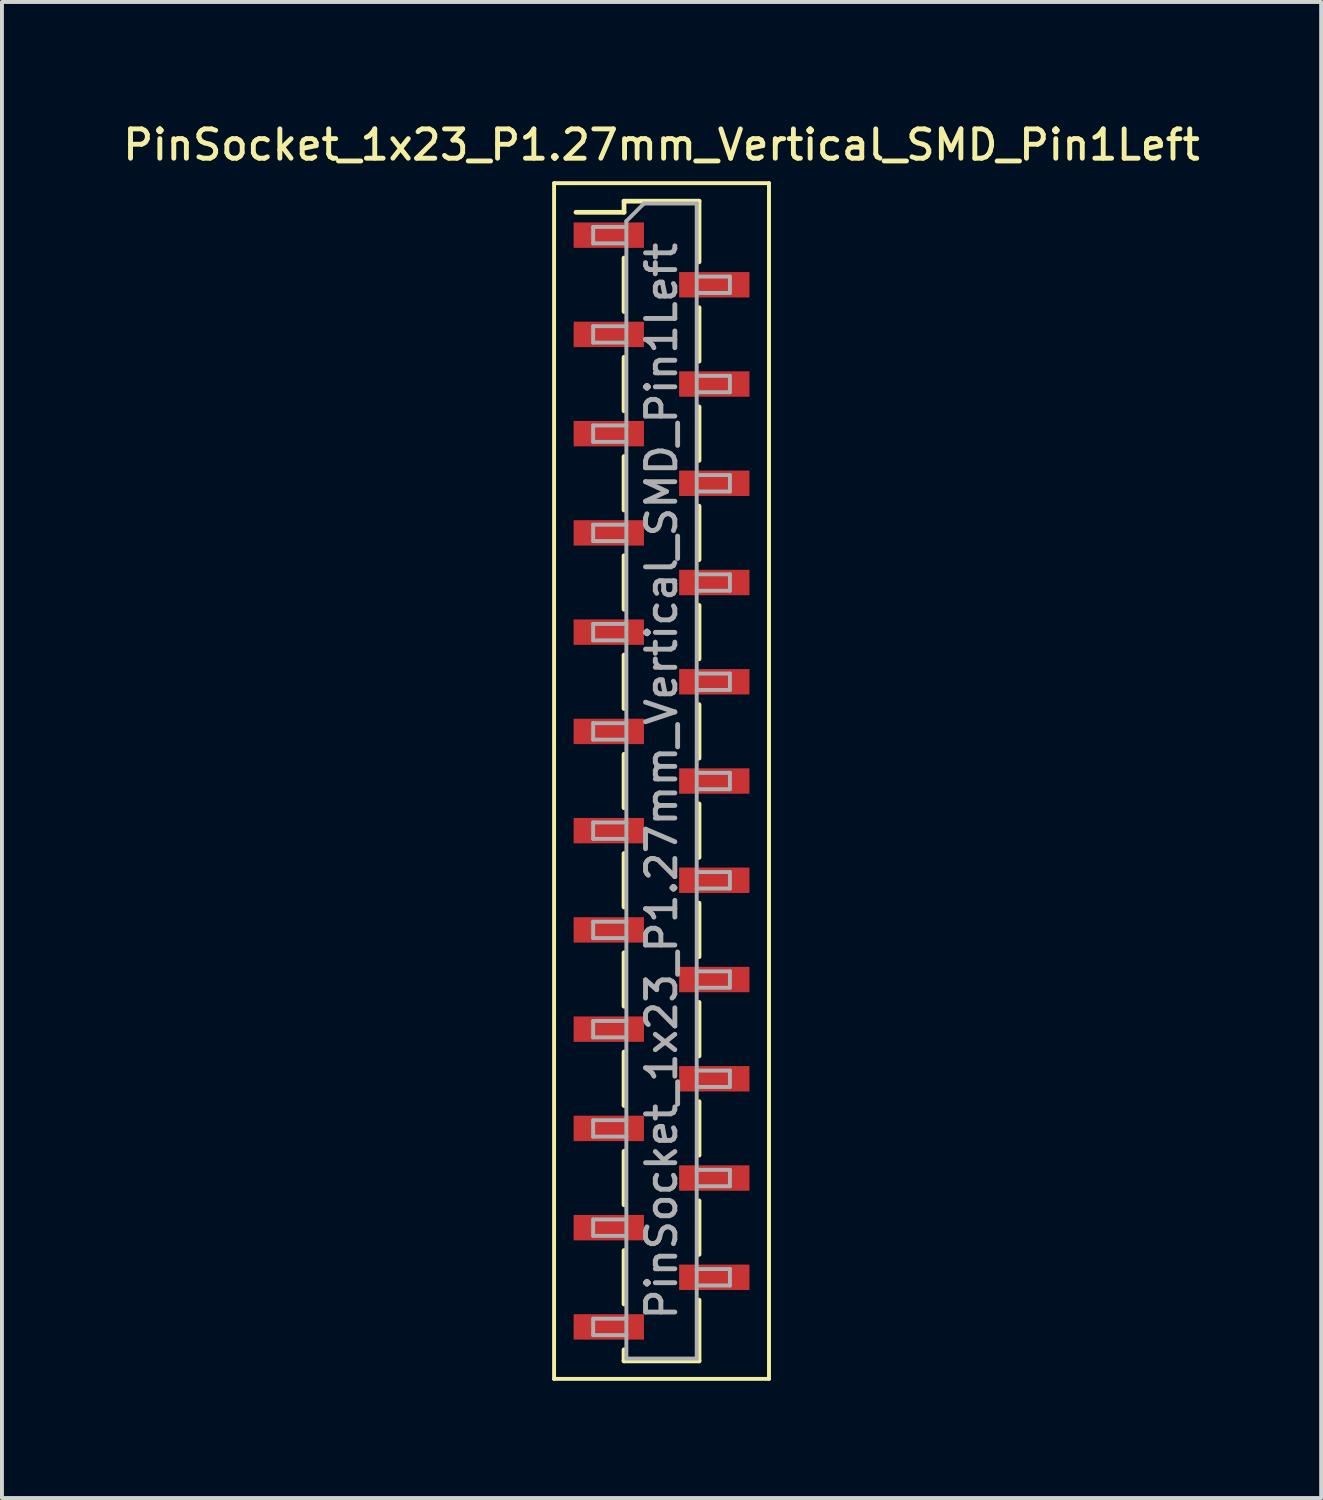
<source format=kicad_pcb>
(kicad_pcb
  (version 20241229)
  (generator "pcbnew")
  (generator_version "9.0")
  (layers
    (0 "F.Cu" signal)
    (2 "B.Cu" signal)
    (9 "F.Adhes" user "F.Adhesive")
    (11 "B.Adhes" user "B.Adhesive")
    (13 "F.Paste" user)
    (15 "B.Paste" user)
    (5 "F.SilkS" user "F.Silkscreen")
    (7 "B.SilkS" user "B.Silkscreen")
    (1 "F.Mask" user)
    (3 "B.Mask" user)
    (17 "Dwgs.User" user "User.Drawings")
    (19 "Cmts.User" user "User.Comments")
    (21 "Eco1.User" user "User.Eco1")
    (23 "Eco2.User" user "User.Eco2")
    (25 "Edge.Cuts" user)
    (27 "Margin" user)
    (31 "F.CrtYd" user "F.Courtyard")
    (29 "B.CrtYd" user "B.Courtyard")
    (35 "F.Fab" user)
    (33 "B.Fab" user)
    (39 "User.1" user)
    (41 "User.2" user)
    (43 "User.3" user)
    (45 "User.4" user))
  (footprint "PinSocket_1x23_P1.27mm_Vertical_SMD_Pin1Left"
    (layer "F.Cu")
    (at 13.88 16.938)
    (property "Reference" "PinSocket_1x23_P1.27mm_Vertical_SMD_Pin1Left" (at 0 -16.28 0) (layer "F.SilkS") (effects (font (size 0.75 0.75) (thickness 0.125))))
    (attr smd)
    (fp_line (start -2.75 -15.3) (end 2.75 -15.3) (stroke (width 0.1) (type solid)) (layer "F.SilkS"))
    (fp_line (start -2.75 15.3) (end -2.75 -15.3) (stroke (width 0.1) (type solid)) (layer "F.SilkS"))
    (fp_line (start -2.19 -14.555) (end -0.96 -14.555) (stroke (width 0.12) (type solid)) (layer "F.SilkS"))
    (fp_line (start -0.96 -14.84) (end -0.96 -14.555) (stroke (width 0.12) (type solid)) (layer "F.SilkS"))
    (fp_line (start -0.96 -14.84) (end 0.96 -14.84) (stroke (width 0.12) (type solid)) (layer "F.SilkS"))
    (fp_line (start -0.96 -13.385) (end -0.96 -12.015) (stroke (width 0.12) (type solid)) (layer "F.SilkS"))
    (fp_line (start -0.96 -10.845) (end -0.96 -9.475) (stroke (width 0.12) (type solid)) (layer "F.SilkS"))
    (fp_line (start -0.96 -8.305) (end -0.96 -6.935) (stroke (width 0.12) (type solid)) (layer "F.SilkS"))
    (fp_line (start -0.96 -5.765) (end -0.96 -4.395) (stroke (width 0.12) (type solid)) (layer "F.SilkS"))
    (fp_line (start -0.96 -3.225) (end -0.96 -1.855) (stroke (width 0.12) (type solid)) (layer "F.SilkS"))
    (fp_line (start -0.96 -0.685) (end -0.96 0.685) (stroke (width 0.12) (type solid)) (layer "F.SilkS"))
    (fp_line (start -0.96 1.855) (end -0.96 3.225) (stroke (width 0.12) (type solid)) (layer "F.SilkS"))
    (fp_line (start -0.96 4.395) (end -0.96 5.765) (stroke (width 0.12) (type solid)) (layer "F.SilkS"))
    (fp_line (start -0.96 6.935) (end -0.96 8.305) (stroke (width 0.12) (type solid)) (layer "F.SilkS"))
    (fp_line (start -0.96 9.475) (end -0.96 10.845) (stroke (width 0.12) (type solid)) (layer "F.SilkS"))
    (fp_line (start -0.96 12.015) (end -0.96 13.385) (stroke (width 0.12) (type solid)) (layer "F.SilkS"))
    (fp_line (start -0.96 14.555) (end -0.96 14.84) (stroke (width 0.12) (type solid)) (layer "F.SilkS"))
    (fp_line (start -0.96 14.84) (end 0.96 14.84) (stroke (width 0.12) (type solid)) (layer "F.SilkS"))
    (fp_line (start 0.96 -14.84) (end 0.96 -13.285) (stroke (width 0.12) (type solid)) (layer "F.SilkS"))
    (fp_line (start 0.96 -12.115) (end 0.96 -10.745) (stroke (width 0.12) (type solid)) (layer "F.SilkS"))
    (fp_line (start 0.96 -9.575) (end 0.96 -8.205) (stroke (width 0.12) (type solid)) (layer "F.SilkS"))
    (fp_line (start 0.96 -7.035) (end 0.96 -5.665) (stroke (width 0.12) (type solid)) (layer "F.SilkS"))
    (fp_line (start 0.96 -4.495) (end 0.96 -3.125) (stroke (width 0.12) (type solid)) (layer "F.SilkS"))
    (fp_line (start 0.96 -1.955) (end 0.96 -0.585) (stroke (width 0.12) (type solid)) (layer "F.SilkS"))
    (fp_line (start 0.96 0.585) (end 0.96 1.955) (stroke (width 0.12) (type solid)) (layer "F.SilkS"))
    (fp_line (start 0.96 3.125) (end 0.96 4.495) (stroke (width 0.12) (type solid)) (layer "F.SilkS"))
    (fp_line (start 0.96 5.665) (end 0.96 7.035) (stroke (width 0.12) (type solid)) (layer "F.SilkS"))
    (fp_line (start 0.96 8.205) (end 0.96 9.575) (stroke (width 0.12) (type solid)) (layer "F.SilkS"))
    (fp_line (start 0.96 10.745) (end 0.96 12.115) (stroke (width 0.12) (type solid)) (layer "F.SilkS"))
    (fp_line (start 0.96 13.285) (end 0.96 14.84) (stroke (width 0.12) (type solid)) (layer "F.SilkS"))
    (fp_line (start 2.75 -15.3) (end 2.75 15.3) (stroke (width 0.1) (type solid)) (layer "F.SilkS"))
    (fp_line (start 2.75 15.3) (end -2.75 15.3) (stroke (width 0.1) (type solid)) (layer "F.SilkS"))
    (fp_line (start -1.75 -14.18) (end -0.9 -14.18) (stroke (width 0.1) (type solid)) (layer "F.Fab"))
    (fp_line (start -1.75 -13.76) (end -1.75 -14.18) (stroke (width 0.1) (type solid)) (layer "F.Fab"))
    (fp_line (start -1.75 -11.64) (end -0.9 -11.64) (stroke (width 0.1) (type solid)) (layer "F.Fab"))
    (fp_line (start -1.75 -11.22) (end -1.75 -11.64) (stroke (width 0.1) (type solid)) (layer "F.Fab"))
    (fp_line (start -1.75 -9.1) (end -0.9 -9.1) (stroke (width 0.1) (type solid)) (layer "F.Fab"))
    (fp_line (start -1.75 -8.68) (end -1.75 -9.1) (stroke (width 0.1) (type solid)) (layer "F.Fab"))
    (fp_line (start -1.75 -6.56) (end -0.9 -6.56) (stroke (width 0.1) (type solid)) (layer "F.Fab"))
    (fp_line (start -1.75 -6.14) (end -1.75 -6.56) (stroke (width 0.1) (type solid)) (layer "F.Fab"))
    (fp_line (start -1.75 -4.02) (end -0.9 -4.02) (stroke (width 0.1) (type solid)) (layer "F.Fab"))
    (fp_line (start -1.75 -3.6) (end -1.75 -4.02) (stroke (width 0.1) (type solid)) (layer "F.Fab"))
    (fp_line (start -1.75 -1.48) (end -0.9 -1.48) (stroke (width 0.1) (type solid)) (layer "F.Fab"))
    (fp_line (start -1.75 -1.06) (end -1.75 -1.48) (stroke (width 0.1) (type solid)) (layer "F.Fab"))
    (fp_line (start -1.75 1.06) (end -0.9 1.06) (stroke (width 0.1) (type solid)) (layer "F.Fab"))
    (fp_line (start -1.75 1.48) (end -1.75 1.06) (stroke (width 0.1) (type solid)) (layer "F.Fab"))
    (fp_line (start -1.75 3.6) (end -0.9 3.6) (stroke (width 0.1) (type solid)) (layer "F.Fab"))
    (fp_line (start -1.75 4.02) (end -1.75 3.6) (stroke (width 0.1) (type solid)) (layer "F.Fab"))
    (fp_line (start -1.75 6.14) (end -0.9 6.14) (stroke (width 0.1) (type solid)) (layer "F.Fab"))
    (fp_line (start -1.75 6.56) (end -1.75 6.14) (stroke (width 0.1) (type solid)) (layer "F.Fab"))
    (fp_line (start -1.75 8.68) (end -0.9 8.68) (stroke (width 0.1) (type solid)) (layer "F.Fab"))
    (fp_line (start -1.75 9.1) (end -1.75 8.68) (stroke (width 0.1) (type solid)) (layer "F.Fab"))
    (fp_line (start -1.75 11.22) (end -0.9 11.22) (stroke (width 0.1) (type solid)) (layer "F.Fab"))
    (fp_line (start -1.75 11.64) (end -1.75 11.22) (stroke (width 0.1) (type solid)) (layer "F.Fab"))
    (fp_line (start -1.75 13.76) (end -0.9 13.76) (stroke (width 0.1) (type solid)) (layer "F.Fab"))
    (fp_line (start -1.75 14.18) (end -1.75 13.76) (stroke (width 0.1) (type solid)) (layer "F.Fab"))
    (fp_line (start -0.9 -14.33) (end -0.45 -14.78) (stroke (width 0.1) (type solid)) (layer "F.Fab"))
    (fp_line (start -0.9 -13.76) (end -1.75 -13.76) (stroke (width 0.1) (type solid)) (layer "F.Fab"))
    (fp_line (start -0.9 -11.22) (end -1.75 -11.22) (stroke (width 0.1) (type solid)) (layer "F.Fab"))
    (fp_line (start -0.9 -8.68) (end -1.75 -8.68) (stroke (width 0.1) (type solid)) (layer "F.Fab"))
    (fp_line (start -0.9 -6.14) (end -1.75 -6.14) (stroke (width 0.1) (type solid)) (layer "F.Fab"))
    (fp_line (start -0.9 -3.6) (end -1.75 -3.6) (stroke (width 0.1) (type solid)) (layer "F.Fab"))
    (fp_line (start -0.9 -1.06) (end -1.75 -1.06) (stroke (width 0.1) (type solid)) (layer "F.Fab"))
    (fp_line (start -0.9 1.48) (end -1.75 1.48) (stroke (width 0.1) (type solid)) (layer "F.Fab"))
    (fp_line (start -0.9 4.02) (end -1.75 4.02) (stroke (width 0.1) (type solid)) (layer "F.Fab"))
    (fp_line (start -0.9 6.56) (end -1.75 6.56) (stroke (width 0.1) (type solid)) (layer "F.Fab"))
    (fp_line (start -0.9 9.1) (end -1.75 9.1) (stroke (width 0.1) (type solid)) (layer "F.Fab"))
    (fp_line (start -0.9 11.64) (end -1.75 11.64) (stroke (width 0.1) (type solid)) (layer "F.Fab"))
    (fp_line (start -0.9 14.18) (end -1.75 14.18) (stroke (width 0.1) (type solid)) (layer "F.Fab"))
    (fp_line (start -0.9 14.78) (end -0.9 -14.33) (stroke (width 0.1) (type solid)) (layer "F.Fab"))
    (fp_line (start -0.45 -14.78) (end 0.9 -14.78) (stroke (width 0.1) (type solid)) (layer "F.Fab"))
    (fp_line (start 0.9 -14.78) (end 0.9 14.78) (stroke (width 0.1) (type solid)) (layer "F.Fab"))
    (fp_line (start 0.9 -12.91) (end 1.75 -12.91) (stroke (width 0.1) (type solid)) (layer "F.Fab"))
    (fp_line (start 0.9 -10.37) (end 1.75 -10.37) (stroke (width 0.1) (type solid)) (layer "F.Fab"))
    (fp_line (start 0.9 -7.83) (end 1.75 -7.83) (stroke (width 0.1) (type solid)) (layer "F.Fab"))
    (fp_line (start 0.9 -5.29) (end 1.75 -5.29) (stroke (width 0.1) (type solid)) (layer "F.Fab"))
    (fp_line (start 0.9 -2.75) (end 1.75 -2.75) (stroke (width 0.1) (type solid)) (layer "F.Fab"))
    (fp_line (start 0.9 -0.21) (end 1.75 -0.21) (stroke (width 0.1) (type solid)) (layer "F.Fab"))
    (fp_line (start 0.9 2.33) (end 1.75 2.33) (stroke (width 0.1) (type solid)) (layer "F.Fab"))
    (fp_line (start 0.9 4.87) (end 1.75 4.87) (stroke (width 0.1) (type solid)) (layer "F.Fab"))
    (fp_line (start 0.9 7.41) (end 1.75 7.41) (stroke (width 0.1) (type solid)) (layer "F.Fab"))
    (fp_line (start 0.9 9.95) (end 1.75 9.95) (stroke (width 0.1) (type solid)) (layer "F.Fab"))
    (fp_line (start 0.9 12.49) (end 1.75 12.49) (stroke (width 0.1) (type solid)) (layer "F.Fab"))
    (fp_line (start 0.9 14.78) (end -0.9 14.78) (stroke (width 0.1) (type solid)) (layer "F.Fab"))
    (fp_line (start 1.75 -12.91) (end 1.75 -12.49) (stroke (width 0.1) (type solid)) (layer "F.Fab"))
    (fp_line (start 1.75 -12.49) (end 0.9 -12.49) (stroke (width 0.1) (type solid)) (layer "F.Fab"))
    (fp_line (start 1.75 -10.37) (end 1.75 -9.95) (stroke (width 0.1) (type solid)) (layer "F.Fab"))
    (fp_line (start 1.75 -9.95) (end 0.9 -9.95) (stroke (width 0.1) (type solid)) (layer "F.Fab"))
    (fp_line (start 1.75 -7.83) (end 1.75 -7.41) (stroke (width 0.1) (type solid)) (layer "F.Fab"))
    (fp_line (start 1.75 -7.41) (end 0.9 -7.41) (stroke (width 0.1) (type solid)) (layer "F.Fab"))
    (fp_line (start 1.75 -5.29) (end 1.75 -4.87) (stroke (width 0.1) (type solid)) (layer "F.Fab"))
    (fp_line (start 1.75 -4.87) (end 0.9 -4.87) (stroke (width 0.1) (type solid)) (layer "F.Fab"))
    (fp_line (start 1.75 -2.75) (end 1.75 -2.33) (stroke (width 0.1) (type solid)) (layer "F.Fab"))
    (fp_line (start 1.75 -2.33) (end 0.9 -2.33) (stroke (width 0.1) (type solid)) (layer "F.Fab"))
    (fp_line (start 1.75 -0.21) (end 1.75 0.21) (stroke (width 0.1) (type solid)) (layer "F.Fab"))
    (fp_line (start 1.75 0.21) (end 0.9 0.21) (stroke (width 0.1) (type solid)) (layer "F.Fab"))
    (fp_line (start 1.75 2.33) (end 1.75 2.75) (stroke (width 0.1) (type solid)) (layer "F.Fab"))
    (fp_line (start 1.75 2.75) (end 0.9 2.75) (stroke (width 0.1) (type solid)) (layer "F.Fab"))
    (fp_line (start 1.75 4.87) (end 1.75 5.29) (stroke (width 0.1) (type solid)) (layer "F.Fab"))
    (fp_line (start 1.75 5.29) (end 0.9 5.29) (stroke (width 0.1) (type solid)) (layer "F.Fab"))
    (fp_line (start 1.75 7.41) (end 1.75 7.83) (stroke (width 0.1) (type solid)) (layer "F.Fab"))
    (fp_line (start 1.75 7.83) (end 0.9 7.83) (stroke (width 0.1) (type solid)) (layer "F.Fab"))
    (fp_line (start 1.75 9.95) (end 1.75 10.37) (stroke (width 0.1) (type solid)) (layer "F.Fab"))
    (fp_line (start 1.75 10.37) (end 0.9 10.37) (stroke (width 0.1) (type solid)) (layer "F.Fab"))
    (fp_line (start 1.75 12.49) (end 1.75 12.91) (stroke (width 0.1) (type solid)) (layer "F.Fab"))
    (fp_line (start 1.75 12.91) (end 0.9 12.91) (stroke (width 0.1) (type solid)) (layer "F.Fab"))
    (fp_text user "${REFERENCE}" (at 0 0 90) (layer "F.Fab") (effects (font (size 0.75 0.75) (thickness 0.125))))
    (pad "1" smd rect (at -1.35 -13.97) (size 1.8 0.65) (layers "F.Cu" "F.Mask" "F.Paste"))
    (pad "2" smd rect (at 1.35 -12.7) (size 1.8 0.65) (layers "F.Cu" "F.Mask" "F.Paste"))
    (pad "3" smd rect (at -1.35 -11.43) (size 1.8 0.65) (layers "F.Cu" "F.Mask" "F.Paste"))
    (pad "4" smd rect (at 1.35 -10.16) (size 1.8 0.65) (layers "F.Cu" "F.Mask" "F.Paste"))
    (pad "5" smd rect (at -1.35 -8.89) (size 1.8 0.65) (layers "F.Cu" "F.Mask" "F.Paste"))
    (pad "6" smd rect (at 1.35 -7.62) (size 1.8 0.65) (layers "F.Cu" "F.Mask" "F.Paste"))
    (pad "7" smd rect (at -1.35 -6.35) (size 1.8 0.65) (layers "F.Cu" "F.Mask" "F.Paste"))
    (pad "8" smd rect (at 1.35 -5.08) (size 1.8 0.65) (layers "F.Cu" "F.Mask" "F.Paste"))
    (pad "9" smd rect (at -1.35 -3.81) (size 1.8 0.65) (layers "F.Cu" "F.Mask" "F.Paste"))
    (pad "10" smd rect (at 1.35 -2.54) (size 1.8 0.65) (layers "F.Cu" "F.Mask" "F.Paste"))
    (pad "11" smd rect (at -1.35 -1.27) (size 1.8 0.65) (layers "F.Cu" "F.Mask" "F.Paste"))
    (pad "12" smd rect (at 1.35 0) (size 1.8 0.65) (layers "F.Cu" "F.Mask" "F.Paste"))
    (pad "13" smd rect (at -1.35 1.27) (size 1.8 0.65) (layers "F.Cu" "F.Mask" "F.Paste"))
    (pad "14" smd rect (at 1.35 2.54) (size 1.8 0.65) (layers "F.Cu" "F.Mask" "F.Paste"))
    (pad "15" smd rect (at -1.35 3.81) (size 1.8 0.65) (layers "F.Cu" "F.Mask" "F.Paste"))
    (pad "16" smd rect (at 1.35 5.08) (size 1.8 0.65) (layers "F.Cu" "F.Mask" "F.Paste"))
    (pad "17" smd rect (at -1.35 6.35) (size 1.8 0.65) (layers "F.Cu" "F.Mask" "F.Paste"))
    (pad "18" smd rect (at 1.35 7.62) (size 1.8 0.65) (layers "F.Cu" "F.Mask" "F.Paste"))
    (pad "19" smd rect (at -1.35 8.89) (size 1.8 0.65) (layers "F.Cu" "F.Mask" "F.Paste"))
    (pad "20" smd rect (at 1.35 10.16) (size 1.8 0.65) (layers "F.Cu" "F.Mask" "F.Paste"))
    (pad "21" smd rect (at -1.35 11.43) (size 1.8 0.65) (layers "F.Cu" "F.Mask" "F.Paste"))
    (pad "22" smd rect (at 1.35 12.7) (size 1.8 0.65) (layers "F.Cu" "F.Mask" "F.Paste"))
    (pad "23" smd rect (at -1.35 13.97) (size 1.8 0.65) (layers "F.Cu" "F.Mask" "F.Paste")))
  (gr_rect
    (start -3 -3)
    (end 30.761 35.288)
    (stroke (width 0.1) (type default))
    (fill no)
    (layer "Edge.Cuts")))
</source>
